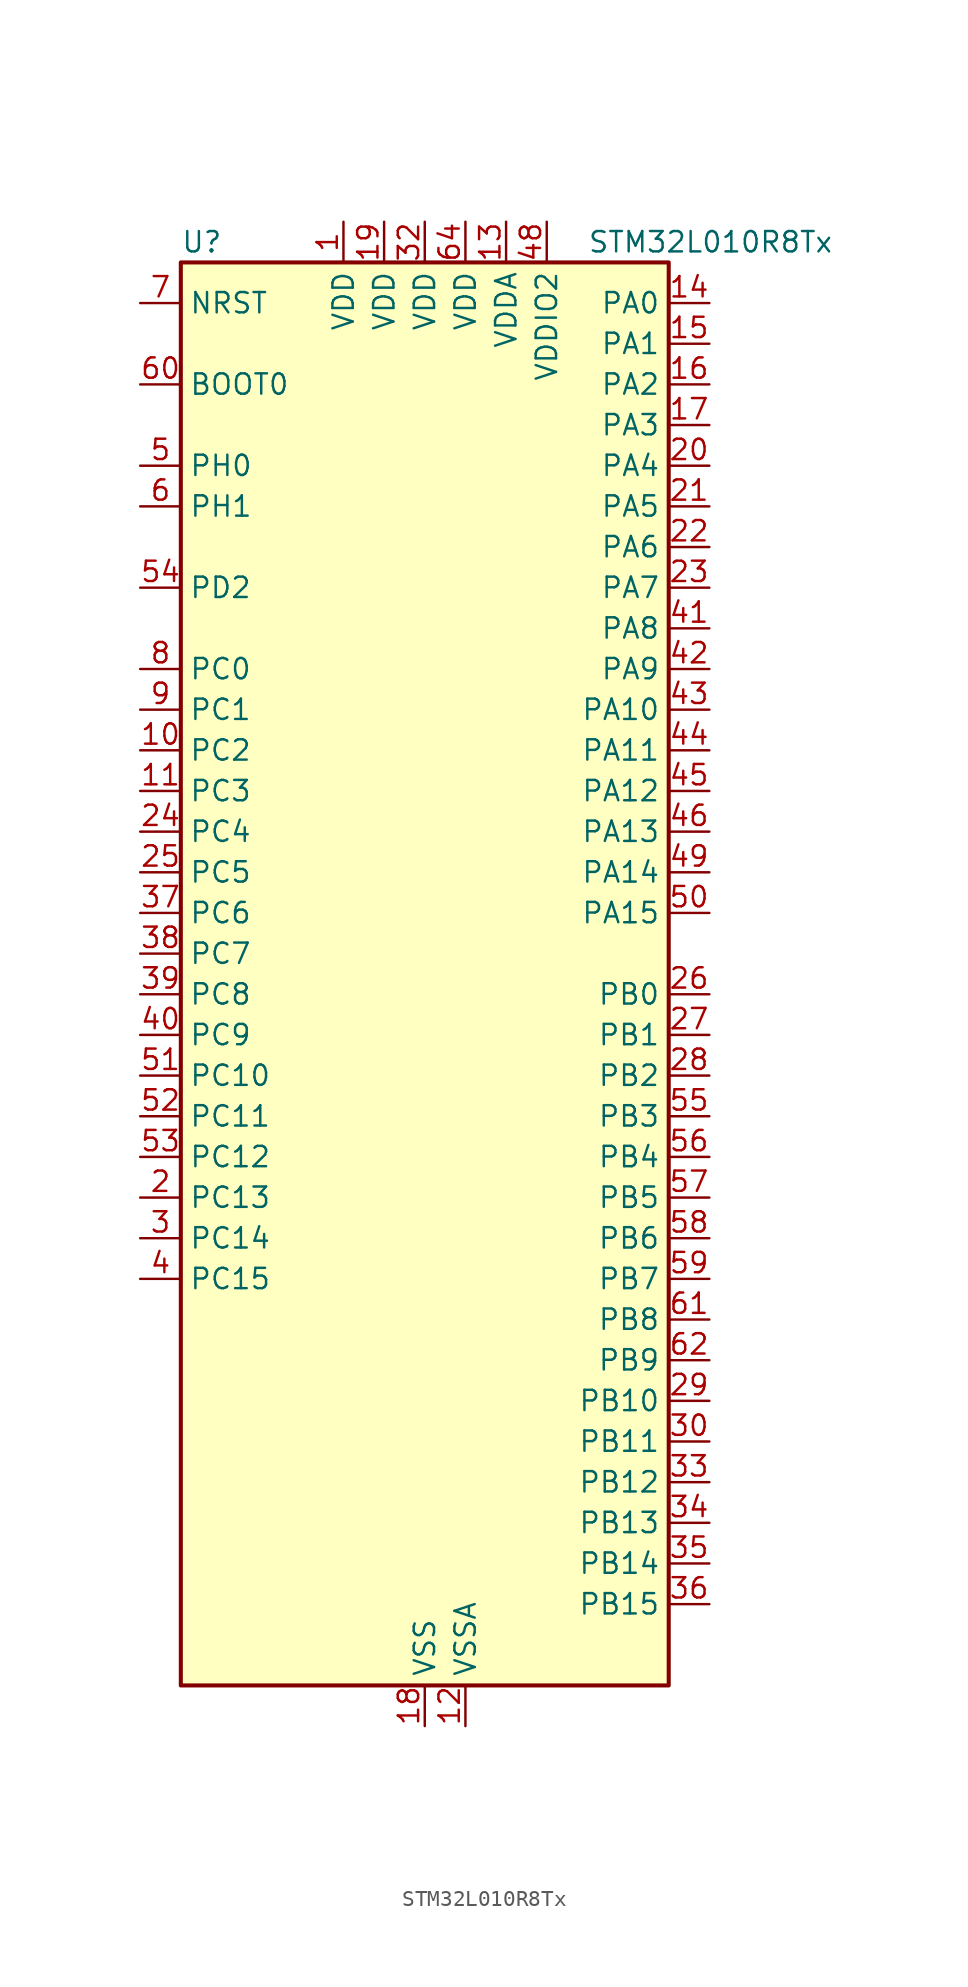
<source format=kicad_sym>
(kicad_symbol_lib
  (version 20220914)
  (generator kicad_symbol_editor)
  (symbol "STM32L010R8Tx"
    (property "Reference" "U"
      (at -15.24 46.99 0)
      (effects (font (size 1.27 1.27)) (justify left)))
    (property "Value" "STM32L010R8Tx"
      (at 10.16 46.99 0)
      (effects (font (size 1.27 1.27)) (justify left)))
    (property "ki_locked" ""
      (at 0 0 0)
      (effects (font (size 1.27 1.27))))
    (symbol "STM32L010R8Tx_0_1"
      (rectangle (start -15.24 -43.18) (end 15.24 45.72) (stroke (width 0.254) (type default)) (fill (type background))))
    (symbol "STM32L010R8Tx_1_1"
      (pin power_in line (at -5.08 48.26 270) (length 2.54) (name "VDD" (effects (font (size 1.27 1.27)))) (number "1" (effects (font (size 1.27 1.27)))))
      (pin bidirectional line (at -17.78 15.24 0) (length 2.54) (name "PC2" (effects (font (size 1.27 1.27)))) (number "10" (effects (font (size 1.27 1.27)))) (alternate "ADC_IN12" bidirectional line) (alternate "LPTIM1_IN2" bidirectional line))
      (pin bidirectional line (at -17.78 12.7 0) (length 2.54) (name "PC3" (effects (font (size 1.27 1.27)))) (number "11" (effects (font (size 1.27 1.27)))) (alternate "ADC_IN13" bidirectional line) (alternate "LPTIM1_ETR" bidirectional line))
      (pin power_in line (at 2.54 -45.72 90) (length 2.54) (name "VSSA" (effects (font (size 1.27 1.27)))) (number "12" (effects (font (size 1.27 1.27)))))
      (pin power_in line (at 5.08 48.26 270) (length 2.54) (name "VDDA" (effects (font (size 1.27 1.27)))) (number "13" (effects (font (size 1.27 1.27)))))
      (pin bidirectional line (at 17.78 43.18 180) (length 2.54) (name "PA0" (effects (font (size 1.27 1.27)))) (number "14" (effects (font (size 1.27 1.27)))) (alternate "ADC_IN0" bidirectional line) (alternate "RTC_TAMP2" bidirectional line) (alternate "SYS_WKUP1" bidirectional line) (alternate "TIM2_CH1" bidirectional line) (alternate "TIM2_ETR" bidirectional line) (alternate "USART2_CTS" bidirectional line))
      (pin bidirectional line (at 17.78 40.64 180) (length 2.54) (name "PA1" (effects (font (size 1.27 1.27)))) (number "15" (effects (font (size 1.27 1.27)))) (alternate "ADC_IN1" bidirectional line) (alternate "TIM21_ETR" bidirectional line) (alternate "TIM2_CH2" bidirectional line) (alternate "USART2_DE" bidirectional line) (alternate "USART2_RTS" bidirectional line))
      (pin bidirectional line (at 17.78 38.1 180) (length 2.54) (name "PA2" (effects (font (size 1.27 1.27)))) (number "16" (effects (font (size 1.27 1.27)))) (alternate "ADC_IN2" bidirectional line) (alternate "TIM21_CH1" bidirectional line) (alternate "TIM2_CH3" bidirectional line) (alternate "USART2_TX" bidirectional line))
      (pin bidirectional line (at 17.78 35.56 180) (length 2.54) (name "PA3" (effects (font (size 1.27 1.27)))) (number "17" (effects (font (size 1.27 1.27)))) (alternate "ADC_IN3" bidirectional line) (alternate "TIM21_CH2" bidirectional line) (alternate "TIM2_CH4" bidirectional line) (alternate "USART2_RX" bidirectional line))
      (pin power_in line (at 0 -45.72 90) (length 2.54) (name "VSS" (effects (font (size 1.27 1.27)))) (number "18" (effects (font (size 1.27 1.27)))))
      (pin power_in line (at -2.54 48.26 270) (length 2.54) (name "VDD" (effects (font (size 1.27 1.27)))) (number "19" (effects (font (size 1.27 1.27)))))
      (pin bidirectional line (at -17.78 -12.7 0) (length 2.54) (name "PC13" (effects (font (size 1.27 1.27)))) (number "2" (effects (font (size 1.27 1.27)))) (alternate "RTC_OUT_ALARM" bidirectional line) (alternate "RTC_OUT_CALIB" bidirectional line) (alternate "RTC_TAMP1" bidirectional line) (alternate "RTC_TS" bidirectional line) (alternate "SYS_WKUP2" bidirectional line))
      (pin bidirectional line (at 17.78 33.02 180) (length 2.54) (name "PA4" (effects (font (size 1.27 1.27)))) (number "20" (effects (font (size 1.27 1.27)))) (alternate "ADC_IN4" bidirectional line) (alternate "SPI1_NSS" bidirectional line) (alternate "USART2_CK" bidirectional line))
      (pin bidirectional line (at 17.78 30.48 180) (length 2.54) (name "PA5" (effects (font (size 1.27 1.27)))) (number "21" (effects (font (size 1.27 1.27)))) (alternate "ADC_IN5" bidirectional line) (alternate "SPI1_SCK" bidirectional line) (alternate "TIM2_CH1" bidirectional line) (alternate "TIM2_ETR" bidirectional line))
      (pin bidirectional line (at 17.78 27.94 180) (length 2.54) (name "PA6" (effects (font (size 1.27 1.27)))) (number "22" (effects (font (size 1.27 1.27)))) (alternate "ADC_IN6" bidirectional line) (alternate "LPUART1_CTS" bidirectional line) (alternate "SPI1_MISO" bidirectional line))
      (pin bidirectional line (at 17.78 25.4 180) (length 2.54) (name "PA7" (effects (font (size 1.27 1.27)))) (number "23" (effects (font (size 1.27 1.27)))) (alternate "ADC_IN7" bidirectional line) (alternate "SPI1_MOSI" bidirectional line))
      (pin bidirectional line (at -17.78 10.16 0) (length 2.54) (name "PC4" (effects (font (size 1.27 1.27)))) (number "24" (effects (font (size 1.27 1.27)))) (alternate "ADC_IN14" bidirectional line) (alternate "LPUART1_TX" bidirectional line))
      (pin bidirectional line (at -17.78 7.62 0) (length 2.54) (name "PC5" (effects (font (size 1.27 1.27)))) (number "25" (effects (font (size 1.27 1.27)))) (alternate "ADC_IN15" bidirectional line) (alternate "LPUART1_RX" bidirectional line))
      (pin bidirectional line (at 17.78 0 180) (length 2.54) (name "PB0" (effects (font (size 1.27 1.27)))) (number "26" (effects (font (size 1.27 1.27)))) (alternate "ADC_IN8" bidirectional line) (alternate "SYS_VREF_OUT_PB0" bidirectional line))
      (pin bidirectional line (at 17.78 -2.54 180) (length 2.54) (name "PB1" (effects (font (size 1.27 1.27)))) (number "27" (effects (font (size 1.27 1.27)))) (alternate "ADC_IN9" bidirectional line) (alternate "LPUART1_DE" bidirectional line) (alternate "LPUART1_RTS" bidirectional line) (alternate "SYS_VREF_OUT_PB1" bidirectional line))
      (pin bidirectional line (at 17.78 -5.08 180) (length 2.54) (name "PB2" (effects (font (size 1.27 1.27)))) (number "28" (effects (font (size 1.27 1.27)))) (alternate "LPTIM1_OUT" bidirectional line))
      (pin bidirectional line (at 17.78 -25.4 180) (length 2.54) (name "PB10" (effects (font (size 1.27 1.27)))) (number "29" (effects (font (size 1.27 1.27)))) (alternate "LPUART1_TX" bidirectional line) (alternate "TIM2_CH3" bidirectional line))
      (pin bidirectional line (at -17.78 -15.24 0) (length 2.54) (name "PC14" (effects (font (size 1.27 1.27)))) (number "3" (effects (font (size 1.27 1.27)))) (alternate "RCC_OSC32_IN" bidirectional line))
      (pin bidirectional line (at 17.78 -27.94 180) (length 2.54) (name "PB11" (effects (font (size 1.27 1.27)))) (number "30" (effects (font (size 1.27 1.27)))) (alternate "ADC_EXTI11" bidirectional line) (alternate "LPUART1_RX" bidirectional line) (alternate "TIM2_CH4" bidirectional line))
      (pin passive line (at 0 -45.72 90) (length 2.54) hide (name "VSS" (effects (font (size 1.27 1.27)))) (number "31" (effects (font (size 1.27 1.27)))))
      (pin power_in line (at 0 48.26 270) (length 2.54) (name "VDD" (effects (font (size 1.27 1.27)))) (number "32" (effects (font (size 1.27 1.27)))))
      (pin bidirectional line (at 17.78 -30.48 180) (length 2.54) (name "PB12" (effects (font (size 1.27 1.27)))) (number "33" (effects (font (size 1.27 1.27)))) (alternate "LPUART1_DE" bidirectional line) (alternate "LPUART1_RTS" bidirectional line))
      (pin bidirectional line (at 17.78 -33.02 180) (length 2.54) (name "PB13" (effects (font (size 1.27 1.27)))) (number "34" (effects (font (size 1.27 1.27)))) (alternate "LPUART1_CTS" bidirectional line) (alternate "TIM21_CH1" bidirectional line))
      (pin bidirectional line (at 17.78 -35.56 180) (length 2.54) (name "PB14" (effects (font (size 1.27 1.27)))) (number "35" (effects (font (size 1.27 1.27)))) (alternate "LPUART1_DE" bidirectional line) (alternate "LPUART1_RTS" bidirectional line) (alternate "RTC_OUT_ALARM" bidirectional line) (alternate "RTC_OUT_CALIB" bidirectional line) (alternate "TIM21_CH2" bidirectional line))
      (pin bidirectional line (at 17.78 -38.1 180) (length 2.54) (name "PB15" (effects (font (size 1.27 1.27)))) (number "36" (effects (font (size 1.27 1.27)))) (alternate "RTC_REFIN" bidirectional line))
      (pin bidirectional line (at -17.78 5.08 0) (length 2.54) (name "PC6" (effects (font (size 1.27 1.27)))) (number "37" (effects (font (size 1.27 1.27)))))
      (pin bidirectional line (at -17.78 2.54 0) (length 2.54) (name "PC7" (effects (font (size 1.27 1.27)))) (number "38" (effects (font (size 1.27 1.27)))))
      (pin bidirectional line (at -17.78 0 0) (length 2.54) (name "PC8" (effects (font (size 1.27 1.27)))) (number "39" (effects (font (size 1.27 1.27)))))
      (pin bidirectional line (at -17.78 -17.78 0) (length 2.54) (name "PC15" (effects (font (size 1.27 1.27)))) (number "4" (effects (font (size 1.27 1.27)))) (alternate "RCC_OSC32_OUT" bidirectional line))
      (pin bidirectional line (at -17.78 -2.54 0) (length 2.54) (name "PC9" (effects (font (size 1.27 1.27)))) (number "40" (effects (font (size 1.27 1.27)))) (alternate "TIM21_ETR" bidirectional line))
      (pin bidirectional line (at 17.78 22.86 180) (length 2.54) (name "PA8" (effects (font (size 1.27 1.27)))) (number "41" (effects (font (size 1.27 1.27)))) (alternate "RCC_MCO" bidirectional line))
      (pin bidirectional line (at 17.78 20.32 180) (length 2.54) (name "PA9" (effects (font (size 1.27 1.27)))) (number "42" (effects (font (size 1.27 1.27)))) (alternate "RCC_MCO" bidirectional line))
      (pin bidirectional line (at 17.78 17.78 180) (length 2.54) (name "PA10" (effects (font (size 1.27 1.27)))) (number "43" (effects (font (size 1.27 1.27)))))
      (pin bidirectional line (at 17.78 15.24 180) (length 2.54) (name "PA11" (effects (font (size 1.27 1.27)))) (number "44" (effects (font (size 1.27 1.27)))) (alternate "ADC_EXTI11" bidirectional line) (alternate "SPI1_MISO" bidirectional line))
      (pin bidirectional line (at 17.78 12.7 180) (length 2.54) (name "PA12" (effects (font (size 1.27 1.27)))) (number "45" (effects (font (size 1.27 1.27)))) (alternate "SPI1_MOSI" bidirectional line))
      (pin bidirectional line (at 17.78 10.16 180) (length 2.54) (name "PA13" (effects (font (size 1.27 1.27)))) (number "46" (effects (font (size 1.27 1.27)))) (alternate "SYS_SWDIO" bidirectional line))
      (pin passive line (at 0 -45.72 90) (length 2.54) hide (name "VSS" (effects (font (size 1.27 1.27)))) (number "47" (effects (font (size 1.27 1.27)))))
      (pin power_in line (at 7.62 48.26 270) (length 2.54) (name "VDDIO2" (effects (font (size 1.27 1.27)))) (number "48" (effects (font (size 1.27 1.27)))))
      (pin bidirectional line (at 17.78 7.62 180) (length 2.54) (name "PA14" (effects (font (size 1.27 1.27)))) (number "49" (effects (font (size 1.27 1.27)))) (alternate "SYS_SWCLK" bidirectional line) (alternate "USART2_TX" bidirectional line))
      (pin bidirectional line (at -17.78 33.02 0) (length 2.54) (name "PH0" (effects (font (size 1.27 1.27)))) (number "5" (effects (font (size 1.27 1.27)))) (alternate "RCC_OSC_IN" bidirectional line))
      (pin bidirectional line (at 17.78 5.08 180) (length 2.54) (name "PA15" (effects (font (size 1.27 1.27)))) (number "50" (effects (font (size 1.27 1.27)))) (alternate "SPI1_NSS" bidirectional line) (alternate "TIM2_CH1" bidirectional line) (alternate "TIM2_ETR" bidirectional line) (alternate "USART2_RX" bidirectional line))
      (pin bidirectional line (at -17.78 -5.08 0) (length 2.54) (name "PC10" (effects (font (size 1.27 1.27)))) (number "51" (effects (font (size 1.27 1.27)))) (alternate "LPUART1_TX" bidirectional line))
      (pin bidirectional line (at -17.78 -7.62 0) (length 2.54) (name "PC11" (effects (font (size 1.27 1.27)))) (number "52" (effects (font (size 1.27 1.27)))) (alternate "ADC_EXTI11" bidirectional line) (alternate "LPUART1_RX" bidirectional line))
      (pin bidirectional line (at -17.78 -10.16 0) (length 2.54) (name "PC12" (effects (font (size 1.27 1.27)))) (number "53" (effects (font (size 1.27 1.27)))))
      (pin bidirectional line (at -17.78 25.4 0) (length 2.54) (name "PD2" (effects (font (size 1.27 1.27)))) (number "54" (effects (font (size 1.27 1.27)))) (alternate "LPUART1_DE" bidirectional line) (alternate "LPUART1_RTS" bidirectional line))
      (pin bidirectional line (at 17.78 -7.62 180) (length 2.54) (name "PB3" (effects (font (size 1.27 1.27)))) (number "55" (effects (font (size 1.27 1.27)))) (alternate "SPI1_SCK" bidirectional line) (alternate "TIM2_CH2" bidirectional line))
      (pin bidirectional line (at 17.78 -10.16 180) (length 2.54) (name "PB4" (effects (font (size 1.27 1.27)))) (number "56" (effects (font (size 1.27 1.27)))) (alternate "SPI1_MISO" bidirectional line))
      (pin bidirectional line (at 17.78 -12.7 180) (length 2.54) (name "PB5" (effects (font (size 1.27 1.27)))) (number "57" (effects (font (size 1.27 1.27)))) (alternate "I2C1_SMBA" bidirectional line) (alternate "LPTIM1_IN1" bidirectional line) (alternate "SPI1_MOSI" bidirectional line))
      (pin bidirectional line (at 17.78 -15.24 180) (length 2.54) (name "PB6" (effects (font (size 1.27 1.27)))) (number "58" (effects (font (size 1.27 1.27)))) (alternate "I2C1_SCL" bidirectional line) (alternate "LPTIM1_ETR" bidirectional line))
      (pin bidirectional line (at 17.78 -17.78 180) (length 2.54) (name "PB7" (effects (font (size 1.27 1.27)))) (number "59" (effects (font (size 1.27 1.27)))) (alternate "I2C1_SDA" bidirectional line) (alternate "LPTIM1_IN2" bidirectional line) (alternate "SYS_PVD_IN" bidirectional line))
      (pin bidirectional line (at -17.78 30.48 0) (length 2.54) (name "PH1" (effects (font (size 1.27 1.27)))) (number "6" (effects (font (size 1.27 1.27)))) (alternate "RCC_OSC_OUT" bidirectional line))
      (pin input line (at -17.78 38.1 0) (length 2.54) (name "BOOT0" (effects (font (size 1.27 1.27)))) (number "60" (effects (font (size 1.27 1.27)))))
      (pin bidirectional line (at 17.78 -20.32 180) (length 2.54) (name "PB8" (effects (font (size 1.27 1.27)))) (number "61" (effects (font (size 1.27 1.27)))) (alternate "I2C1_SCL" bidirectional line))
      (pin bidirectional line (at 17.78 -22.86 180) (length 2.54) (name "PB9" (effects (font (size 1.27 1.27)))) (number "62" (effects (font (size 1.27 1.27)))) (alternate "I2C1_SDA" bidirectional line))
      (pin passive line (at 0 -45.72 90) (length 2.54) hide (name "VSS" (effects (font (size 1.27 1.27)))) (number "63" (effects (font (size 1.27 1.27)))))
      (pin power_in line (at 2.54 48.26 270) (length 2.54) (name "VDD" (effects (font (size 1.27 1.27)))) (number "64" (effects (font (size 1.27 1.27)))))
      (pin input line (at -17.78 43.18 0) (length 2.54) (name "NRST" (effects (font (size 1.27 1.27)))) (number "7" (effects (font (size 1.27 1.27)))))
      (pin bidirectional line (at -17.78 20.32 0) (length 2.54) (name "PC0" (effects (font (size 1.27 1.27)))) (number "8" (effects (font (size 1.27 1.27)))) (alternate "ADC_IN10" bidirectional line) (alternate "LPTIM1_IN1" bidirectional line))
      (pin bidirectional line (at -17.78 17.78 0) (length 2.54) (name "PC1" (effects (font (size 1.27 1.27)))) (number "9" (effects (font (size 1.27 1.27)))) (alternate "ADC_IN11" bidirectional line) (alternate "LPTIM1_OUT" bidirectional line)))))
</source>
